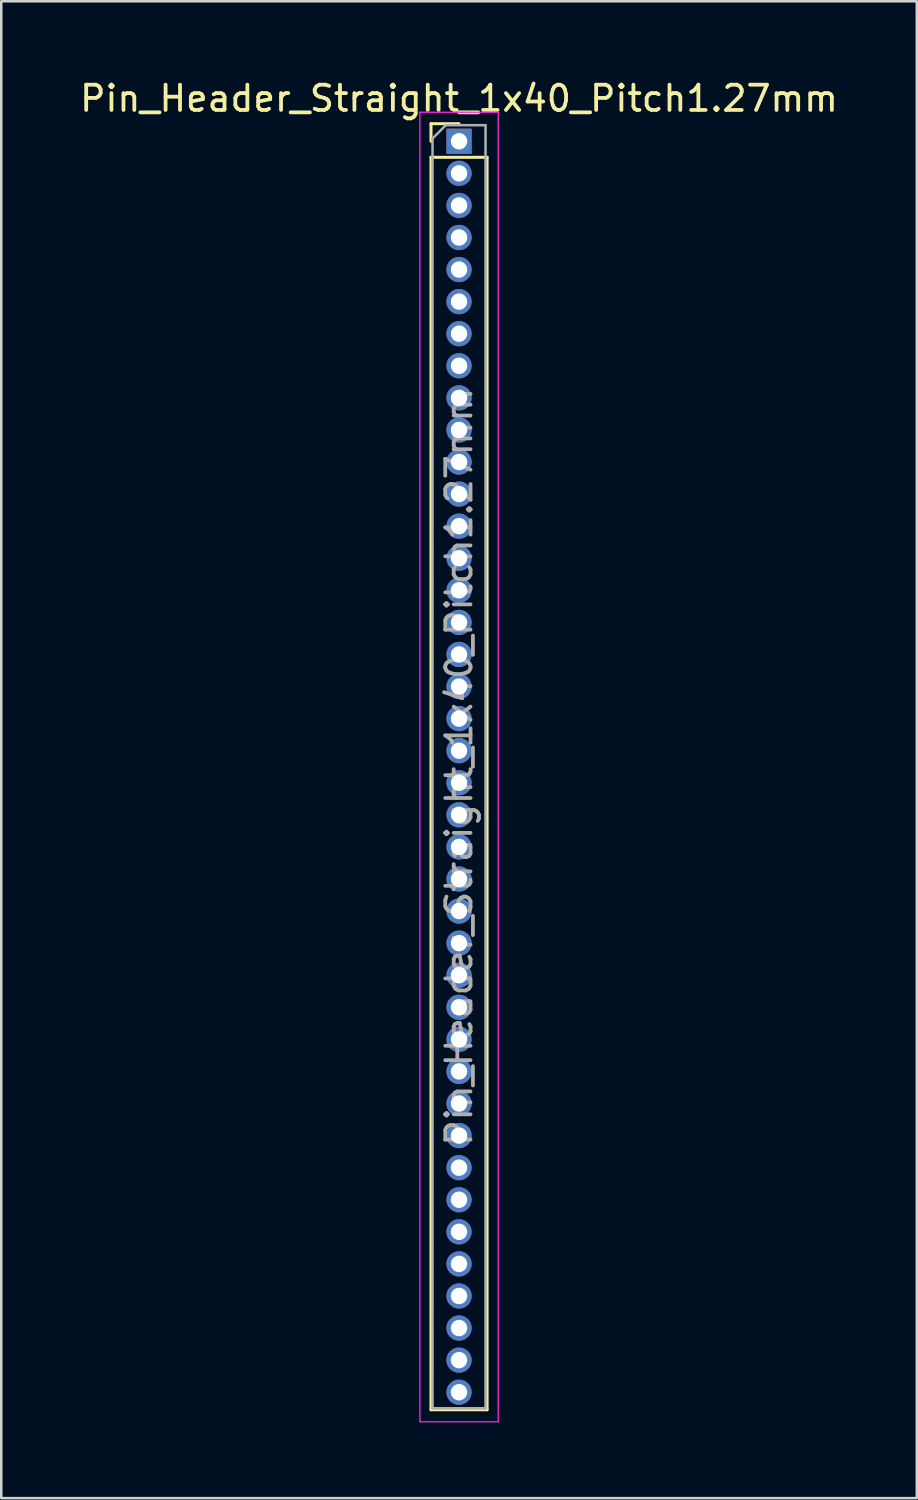
<source format=kicad_pcb>
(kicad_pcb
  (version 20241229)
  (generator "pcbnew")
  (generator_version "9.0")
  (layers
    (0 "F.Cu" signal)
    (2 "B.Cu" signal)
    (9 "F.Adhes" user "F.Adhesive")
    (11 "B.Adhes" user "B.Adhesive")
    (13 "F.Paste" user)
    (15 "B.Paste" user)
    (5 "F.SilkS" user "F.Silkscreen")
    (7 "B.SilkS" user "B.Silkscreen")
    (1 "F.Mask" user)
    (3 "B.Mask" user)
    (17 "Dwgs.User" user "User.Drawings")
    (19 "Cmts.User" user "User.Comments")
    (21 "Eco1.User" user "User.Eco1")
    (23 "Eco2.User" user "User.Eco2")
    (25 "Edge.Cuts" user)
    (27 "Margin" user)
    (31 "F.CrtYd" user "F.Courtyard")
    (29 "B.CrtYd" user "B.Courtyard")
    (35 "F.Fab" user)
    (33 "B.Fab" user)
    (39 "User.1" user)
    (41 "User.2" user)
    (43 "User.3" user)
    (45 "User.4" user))
  (footprint "Pin_Header_Straight_1x40_Pitch1.27mm"
    (layer "F.Cu")
    (at 15.125 2.543)
    (property "Reference" "Pin_Header_Straight_1x40_Pitch1.27mm" (at 0 -1.695 0) (layer "F.SilkS") (effects (font (size 1 1) (thickness 0.15))))
    (attr through_hole)
    (fp_line (start -1.11 -0.695) (end 0 -0.695) (stroke (width 0.12) (type solid)) (layer "F.SilkS"))
    (fp_line (start -1.11 0) (end -1.11 -0.695) (stroke (width 0.12) (type solid)) (layer "F.SilkS"))
    (fp_line (start -1.11 0.635) (end -1.11 50.225) (stroke (width 0.12) (type solid)) (layer "F.SilkS"))
    (fp_line (start -1.11 50.225) (end 1.11 50.225) (stroke (width 0.12) (type solid)) (layer "F.SilkS"))
    (fp_line (start 1.11 0.635) (end -1.11 0.635) (stroke (width 0.12) (type solid)) (layer "F.SilkS"))
    (fp_line (start 1.11 50.225) (end 1.11 0.635) (stroke (width 0.12) (type solid)) (layer "F.SilkS"))
    (fp_line (start -1.55 -1.15) (end -1.55 50.7) (stroke (width 0.05) (type solid)) (layer "F.CrtYd"))
    (fp_line (start -1.55 50.7) (end 1.55 50.7) (stroke (width 0.05) (type solid)) (layer "F.CrtYd"))
    (fp_line (start 1.55 -1.15) (end -1.55 -1.15) (stroke (width 0.05) (type solid)) (layer "F.CrtYd"))
    (fp_line (start 1.55 50.7) (end 1.55 -1.15) (stroke (width 0.05) (type solid)) (layer "F.CrtYd"))
    (fp_line (start -1.05 -0.11) (end -0.525 -0.635) (stroke (width 0.1) (type solid)) (layer "F.Fab"))
    (fp_line (start -1.05 50.165) (end -1.05 -0.11) (stroke (width 0.1) (type solid)) (layer "F.Fab"))
    (fp_line (start -0.525 -0.635) (end 1.05 -0.635) (stroke (width 0.1) (type solid)) (layer "F.Fab"))
    (fp_line (start 1.05 -0.635) (end 1.05 50.165) (stroke (width 0.1) (type solid)) (layer "F.Fab"))
    (fp_line (start 1.05 50.165) (end -1.05 50.165) (stroke (width 0.1) (type solid)) (layer "F.Fab"))
    (fp_text user "${REFERENCE}" (at 0 24.765 90) (layer "F.Fab") (effects (font (size 1 1) (thickness 0.15))))
    (pad "1" thru_hole rect (at 0 0) (size 1 1) (drill 0.65) (layers "*.Cu" "*.Mask"))
    (pad "2" thru_hole oval (at 0 1.27) (size 1 1) (drill 0.65) (layers "*.Cu" "*.Mask"))
    (pad "3" thru_hole oval (at 0 2.54) (size 1 1) (drill 0.65) (layers "*.Cu" "*.Mask"))
    (pad "4" thru_hole oval (at 0 3.81) (size 1 1) (drill 0.65) (layers "*.Cu" "*.Mask"))
    (pad "5" thru_hole oval (at 0 5.08) (size 1 1) (drill 0.65) (layers "*.Cu" "*.Mask"))
    (pad "6" thru_hole oval (at 0 6.35) (size 1 1) (drill 0.65) (layers "*.Cu" "*.Mask"))
    (pad "7" thru_hole oval (at 0 7.62) (size 1 1) (drill 0.65) (layers "*.Cu" "*.Mask"))
    (pad "8" thru_hole oval (at 0 8.89) (size 1 1) (drill 0.65) (layers "*.Cu" "*.Mask"))
    (pad "9" thru_hole oval (at 0 10.16) (size 1 1) (drill 0.65) (layers "*.Cu" "*.Mask"))
    (pad "10" thru_hole oval (at 0 11.43) (size 1 1) (drill 0.65) (layers "*.Cu" "*.Mask"))
    (pad "11" thru_hole oval (at 0 12.7) (size 1 1) (drill 0.65) (layers "*.Cu" "*.Mask"))
    (pad "12" thru_hole oval (at 0 13.97) (size 1 1) (drill 0.65) (layers "*.Cu" "*.Mask"))
    (pad "13" thru_hole oval (at 0 15.24) (size 1 1) (drill 0.65) (layers "*.Cu" "*.Mask"))
    (pad "14" thru_hole oval (at 0 16.51) (size 1 1) (drill 0.65) (layers "*.Cu" "*.Mask"))
    (pad "15" thru_hole oval (at 0 17.78) (size 1 1) (drill 0.65) (layers "*.Cu" "*.Mask"))
    (pad "16" thru_hole oval (at 0 19.05) (size 1 1) (drill 0.65) (layers "*.Cu" "*.Mask"))
    (pad "17" thru_hole oval (at 0 20.32) (size 1 1) (drill 0.65) (layers "*.Cu" "*.Mask"))
    (pad "18" thru_hole oval (at 0 21.59) (size 1 1) (drill 0.65) (layers "*.Cu" "*.Mask"))
    (pad "19" thru_hole oval (at 0 22.86) (size 1 1) (drill 0.65) (layers "*.Cu" "*.Mask"))
    (pad "20" thru_hole oval (at 0 24.13) (size 1 1) (drill 0.65) (layers "*.Cu" "*.Mask"))
    (pad "21" thru_hole oval (at 0 25.4) (size 1 1) (drill 0.65) (layers "*.Cu" "*.Mask"))
    (pad "22" thru_hole oval (at 0 26.67) (size 1 1) (drill 0.65) (layers "*.Cu" "*.Mask"))
    (pad "23" thru_hole oval (at 0 27.94) (size 1 1) (drill 0.65) (layers "*.Cu" "*.Mask"))
    (pad "24" thru_hole oval (at 0 29.21) (size 1 1) (drill 0.65) (layers "*.Cu" "*.Mask"))
    (pad "25" thru_hole oval (at 0 30.48) (size 1 1) (drill 0.65) (layers "*.Cu" "*.Mask"))
    (pad "26" thru_hole oval (at 0 31.75) (size 1 1) (drill 0.65) (layers "*.Cu" "*.Mask"))
    (pad "27" thru_hole oval (at 0 33.02) (size 1 1) (drill 0.65) (layers "*.Cu" "*.Mask"))
    (pad "28" thru_hole oval (at 0 34.29) (size 1 1) (drill 0.65) (layers "*.Cu" "*.Mask"))
    (pad "29" thru_hole oval (at 0 35.56) (size 1 1) (drill 0.65) (layers "*.Cu" "*.Mask"))
    (pad "30" thru_hole oval (at 0 36.83) (size 1 1) (drill 0.65) (layers "*.Cu" "*.Mask"))
    (pad "31" thru_hole oval (at 0 38.1) (size 1 1) (drill 0.65) (layers "*.Cu" "*.Mask"))
    (pad "32" thru_hole oval (at 0 39.37) (size 1 1) (drill 0.65) (layers "*.Cu" "*.Mask"))
    (pad "33" thru_hole oval (at 0 40.64) (size 1 1) (drill 0.65) (layers "*.Cu" "*.Mask"))
    (pad "34" thru_hole oval (at 0 41.91) (size 1 1) (drill 0.65) (layers "*.Cu" "*.Mask"))
    (pad "35" thru_hole oval (at 0 43.18) (size 1 1) (drill 0.65) (layers "*.Cu" "*.Mask"))
    (pad "36" thru_hole oval (at 0 44.45) (size 1 1) (drill 0.65) (layers "*.Cu" "*.Mask"))
    (pad "37" thru_hole oval (at 0 45.72) (size 1 1) (drill 0.65) (layers "*.Cu" "*.Mask"))
    (pad "38" thru_hole oval (at 0 46.99) (size 1 1) (drill 0.65) (layers "*.Cu" "*.Mask"))
    (pad "39" thru_hole oval (at 0 48.26) (size 1 1) (drill 0.65) (layers "*.Cu" "*.Mask"))
    (pad "40" thru_hole oval (at 0 49.53) (size 1 1) (drill 0.65) (layers "*.Cu" "*.Mask")))
  (gr_rect
    (start -3 -3)
    (end 33.25 56.268)
    (stroke (width 0.1) (type default))
    (fill no)
    (layer "Edge.Cuts")))
</source>
